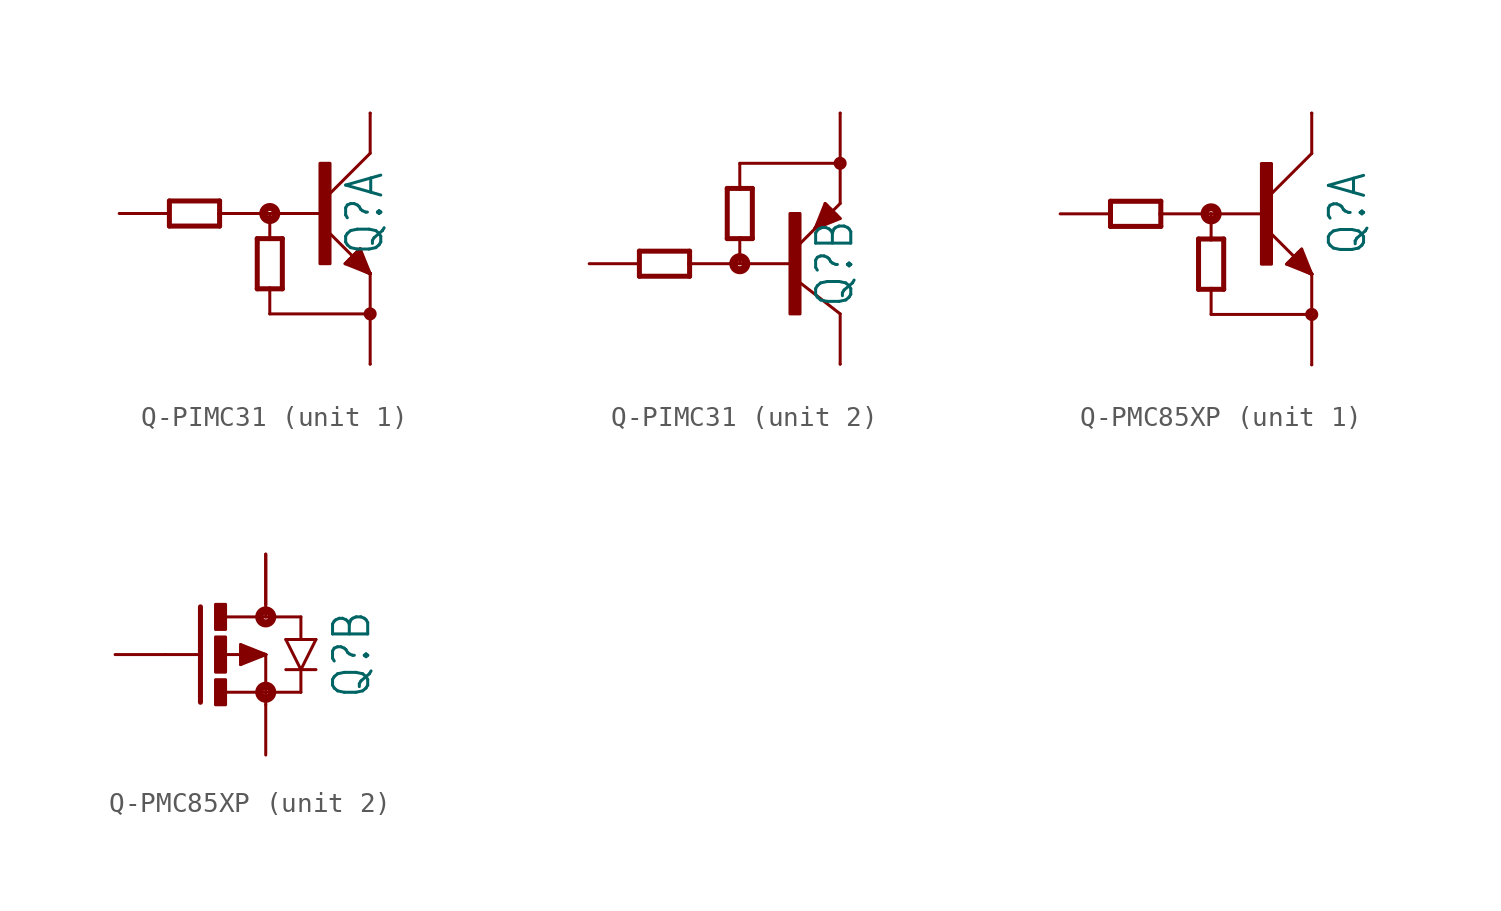
<source format=kicad_sym>
(kicad_symbol_lib
  (version 20231120)
  (generator "kicad_symbol_editor")
  (generator_version "8.0")
  (symbol "Q-PIMC31"
    (property "Reference" "Q"
      (at 5.842 0 90)
      (effects (font (size 1.778 1.511)) (justify bottom)))
    (property "Value" ""
      (at 8.382 0 90)
      (effects (font (size 1.778 1.511)) (justify bottom)))
    (property "ki_locked" ""
      (at 0 0 0)
      (effects (font (size 1.27 1.27))))
    (symbol "Q-PIMC31_1_0"
      (polyline (pts (xy -5.08 -0.635) (xy -2.54 -0.635)) (stroke (width 0.254) (type solid)) (fill (type none)))
      (polyline (pts (xy -5.08 0.635) (xy -5.08 -0.635)) (stroke (width 0.254) (type solid)) (fill (type none)))
      (polyline (pts (xy -2.54 -0.635) (xy -2.54 0)) (stroke (width 0.254) (type solid)) (fill (type none)))
      (polyline (pts (xy -2.54 0) (xy -2.54 0.635)) (stroke (width 0.254) (type solid)) (fill (type none)))
      (polyline (pts (xy -2.54 0.635) (xy -5.08 0.635)) (stroke (width 0.254) (type solid)) (fill (type none)))
      (polyline (pts (xy -0.635 -3.81) (xy 0 -3.81)) (stroke (width 0.254) (type solid)) (fill (type none)))
      (polyline (pts (xy -0.635 -1.27) (xy -0.635 -3.81)) (stroke (width 0.254) (type solid)) (fill (type none)))
      (polyline (pts (xy 0 -5.08) (xy 0 -3.81)) (stroke (width 0.152) (type solid)) (fill (type none)))
      (polyline (pts (xy 0 -3.81) (xy 0.635 -3.81)) (stroke (width 0.254) (type solid)) (fill (type none)))
      (polyline (pts (xy 0 -1.27) (xy -0.635 -1.27)) (stroke (width 0.254) (type solid)) (fill (type none)))
      (polyline (pts (xy 0 -1.27) (xy 0 0)) (stroke (width 0.152) (type solid)) (fill (type none)))
      (polyline (pts (xy 0 0) (xy -2.54 0)) (stroke (width 0.152) (type solid)) (fill (type none)))
      (polyline (pts (xy 0.635 -3.81) (xy 0.635 -1.27)) (stroke (width 0.254) (type solid)) (fill (type none)))
      (polyline (pts (xy 0.635 -1.27) (xy 0 -1.27)) (stroke (width 0.254) (type solid)) (fill (type none)))
      (polyline (pts (xy 2.54 0) (xy 0 0)) (stroke (width 0.152) (type solid)) (fill (type none)))
      (polyline (pts (xy 3.81 -2.54) (xy 5.08 -3.048)) (stroke (width 0.152) (type solid)) (fill (type none)))
      (polyline (pts (xy 3.873 -2.477) (xy 3.81 -2.54)) (stroke (width 0.152) (type solid)) (fill (type none)))
      (polyline (pts (xy 3.937 -2.413) (xy 3.873 -2.477)) (stroke (width 0.152) (type solid)) (fill (type none)))
      (polyline (pts (xy 4 -2.349) (xy 3.937 -2.413)) (stroke (width 0.152) (type solid)) (fill (type none)))
      (polyline (pts (xy 4.064 -2.286) (xy 4 -2.349)) (stroke (width 0.152) (type solid)) (fill (type none)))
      (polyline (pts (xy 4.128 -2.223) (xy 4.064 -2.286)) (stroke (width 0.152) (type solid)) (fill (type none)))
      (polyline (pts (xy 4.255 -2.095) (xy 4.128 -2.223)) (stroke (width 0.152) (type solid)) (fill (type none)))
      (polyline (pts (xy 4.318 -2.032) (xy 4.255 -2.095)) (stroke (width 0.152) (type solid)) (fill (type none)))
      (polyline (pts (xy 4.381 -1.968) (xy 4.318 -2.032)) (stroke (width 0.152) (type solid)) (fill (type none)))
      (polyline (pts (xy 4.445 -1.905) (xy 4.381 -1.968)) (stroke (width 0.152) (type solid)) (fill (type none)))
      (polyline (pts (xy 4.508 -1.841) (xy 4.445 -1.905)) (stroke (width 0.152) (type solid)) (fill (type none)))
      (polyline (pts (xy 4.572 -1.778) (xy 4.508 -1.841)) (stroke (width 0.152) (type solid)) (fill (type none)))
      (polyline (pts (xy 5.08 -5.08) (xy 0 -5.08)) (stroke (width 0.152) (type solid)) (fill (type none)))
      (polyline (pts (xy 5.08 -5.08) (xy 5.08 -7.62)) (stroke (width 0.152) (type solid)) (fill (type none)))
      (polyline (pts (xy 5.08 -3.048) (xy 2.794 -0.762)) (stroke (width 0.152) (type solid)) (fill (type none)))
      (polyline (pts (xy 5.08 -3.048) (xy 3.873 -2.477)) (stroke (width 0.152) (type solid)) (fill (type none)))
      (polyline (pts (xy 5.08 -3.048) (xy 3.937 -2.413)) (stroke (width 0.152) (type solid)) (fill (type none)))
      (polyline (pts (xy 5.08 -3.048) (xy 4 -2.349)) (stroke (width 0.152) (type solid)) (fill (type none)))
      (polyline (pts (xy 5.08 -3.048) (xy 4.064 -2.286)) (stroke (width 0.152) (type solid)) (fill (type none)))
      (polyline (pts (xy 5.08 -3.048) (xy 4.128 -2.223)) (stroke (width 0.152) (type solid)) (fill (type none)))
      (polyline (pts (xy 5.08 -3.048) (xy 4.255 -2.095)) (stroke (width 0.152) (type solid)) (fill (type none)))
      (polyline (pts (xy 5.08 -3.048) (xy 4.318 -2.032)) (stroke (width 0.152) (type solid)) (fill (type none)))
      (polyline (pts (xy 5.08 -3.048) (xy 4.381 -1.968)) (stroke (width 0.152) (type solid)) (fill (type none)))
      (polyline (pts (xy 5.08 -3.048) (xy 4.445 -1.905)) (stroke (width 0.152) (type solid)) (fill (type none)))
      (polyline (pts (xy 5.08 -3.048) (xy 4.508 -1.841)) (stroke (width 0.152) (type solid)) (fill (type none)))
      (polyline (pts (xy 5.08 -3.048) (xy 4.572 -1.778)) (stroke (width 0.152) (type solid)) (fill (type none)))
      (polyline (pts (xy 5.08 -3.048) (xy 5.08 -5.08)) (stroke (width 0.152) (type solid)) (fill (type none)))
      (polyline (pts (xy 5.08 3.048) (xy 2.794 0.762)) (stroke (width 0.152) (type solid)) (fill (type none)))
      (polyline (pts (xy 5.08 5.08) (xy 5.08 3.048)) (stroke (width 0.152) (type solid)) (fill (type none)))
      (circle (center 0 0) (radius 0.127) (stroke (width 0.406) (type solid)) (fill (type none)))
      (rectangle (start 2.54 -2.54) (end 3.048 2.54) (stroke (width 0) (type default)) (fill (type outline)))
      (circle (center 5.08 -5.08) (radius 0.203) (stroke (width 0.254) (type solid)) (fill (type none)))
      (pin passive line (at 5.08 -7.62 90) (length 0) (name "E" (effects (font (size 0 0)))) (number "1" (effects (font (size 0 0)))))
      (pin passive line (at -7.62 0 0) (length 2.54) (name "B" (effects (font (size 0 0)))) (number "2" (effects (font (size 0 0)))))
      (pin passive line (at 5.08 5.08 270) (length 0) (name "C" (effects (font (size 0 0)))) (number "6" (effects (font (size 0 0))))))
    (symbol "Q-PIMC31_2_0"
      (polyline (pts (xy -5.08 -0.635) (xy -5.08 0.635)) (stroke (width 0.254) (type solid)) (fill (type none)))
      (polyline (pts (xy -5.08 0.635) (xy -2.54 0.635)) (stroke (width 0.254) (type solid)) (fill (type none)))
      (polyline (pts (xy -2.54 -0.635) (xy -5.08 -0.635)) (stroke (width 0.254) (type solid)) (fill (type none)))
      (polyline (pts (xy -2.54 0) (xy -2.54 -0.635)) (stroke (width 0.254) (type solid)) (fill (type none)))
      (polyline (pts (xy -2.54 0.635) (xy -2.54 0)) (stroke (width 0.254) (type solid)) (fill (type none)))
      (polyline (pts (xy -0.635 1.27) (xy -0.635 3.81)) (stroke (width 0.254) (type solid)) (fill (type none)))
      (polyline (pts (xy -0.635 3.81) (xy 0 3.81)) (stroke (width 0.254) (type solid)) (fill (type none)))
      (polyline (pts (xy 0 0) (xy -2.54 0)) (stroke (width 0.152) (type solid)) (fill (type none)))
      (polyline (pts (xy 0 0) (xy 2.794 0)) (stroke (width 0.152) (type solid)) (fill (type none)))
      (polyline (pts (xy 0 1.27) (xy -0.635 1.27)) (stroke (width 0.254) (type solid)) (fill (type none)))
      (polyline (pts (xy 0 1.27) (xy 0 0)) (stroke (width 0.152) (type solid)) (fill (type none)))
      (polyline (pts (xy 0 3.81) (xy 0.635 3.81)) (stroke (width 0.254) (type solid)) (fill (type none)))
      (polyline (pts (xy 0 5.08) (xy 0 3.81)) (stroke (width 0.152) (type solid)) (fill (type none)))
      (polyline (pts (xy 0.635 1.27) (xy 0 1.27)) (stroke (width 0.254) (type solid)) (fill (type none)))
      (polyline (pts (xy 0.635 3.81) (xy 0.635 1.27)) (stroke (width 0.254) (type solid)) (fill (type none)))
      (polyline (pts (xy 3.81 1.778) (xy 2.794 0.762)) (stroke (width 0.152) (type solid)) (fill (type none)))
      (polyline (pts (xy 3.81 1.778) (xy 4.318 3.048)) (stroke (width 0.152) (type solid)) (fill (type none)))
      (polyline (pts (xy 3.81 1.778) (xy 4.381 2.985)) (stroke (width 0.152) (type solid)) (fill (type none)))
      (polyline (pts (xy 3.81 1.778) (xy 4.445 2.921)) (stroke (width 0.152) (type solid)) (fill (type none)))
      (polyline (pts (xy 3.81 1.778) (xy 4.508 2.857)) (stroke (width 0.152) (type solid)) (fill (type none)))
      (polyline (pts (xy 3.81 1.778) (xy 4.572 2.794)) (stroke (width 0.152) (type solid)) (fill (type none)))
      (polyline (pts (xy 3.81 1.778) (xy 4.636 2.731)) (stroke (width 0.152) (type solid)) (fill (type none)))
      (polyline (pts (xy 3.81 1.778) (xy 4.763 2.603)) (stroke (width 0.152) (type solid)) (fill (type none)))
      (polyline (pts (xy 3.81 1.778) (xy 4.826 2.54)) (stroke (width 0.152) (type solid)) (fill (type none)))
      (polyline (pts (xy 3.81 1.778) (xy 4.889 2.477)) (stroke (width 0.152) (type solid)) (fill (type none)))
      (polyline (pts (xy 3.81 1.778) (xy 4.953 2.413)) (stroke (width 0.152) (type solid)) (fill (type none)))
      (polyline (pts (xy 3.81 1.778) (xy 5.016 2.349)) (stroke (width 0.152) (type solid)) (fill (type none)))
      (polyline (pts (xy 4.318 3.048) (xy 4.381 2.985)) (stroke (width 0.152) (type solid)) (fill (type none)))
      (polyline (pts (xy 4.381 2.985) (xy 4.445 2.921)) (stroke (width 0.152) (type solid)) (fill (type none)))
      (polyline (pts (xy 4.445 2.921) (xy 4.508 2.857)) (stroke (width 0.152) (type solid)) (fill (type none)))
      (polyline (pts (xy 4.508 2.857) (xy 4.572 2.794)) (stroke (width 0.152) (type solid)) (fill (type none)))
      (polyline (pts (xy 4.572 2.794) (xy 4.636 2.731)) (stroke (width 0.152) (type solid)) (fill (type none)))
      (polyline (pts (xy 4.636 2.731) (xy 4.763 2.603)) (stroke (width 0.152) (type solid)) (fill (type none)))
      (polyline (pts (xy 4.763 2.603) (xy 4.826 2.54)) (stroke (width 0.152) (type solid)) (fill (type none)))
      (polyline (pts (xy 4.826 2.54) (xy 4.889 2.477)) (stroke (width 0.152) (type solid)) (fill (type none)))
      (polyline (pts (xy 4.889 2.477) (xy 4.953 2.413)) (stroke (width 0.152) (type solid)) (fill (type none)))
      (polyline (pts (xy 4.953 2.413) (xy 5.016 2.349)) (stroke (width 0.152) (type solid)) (fill (type none)))
      (polyline (pts (xy 5.016 2.349) (xy 5.08 2.286)) (stroke (width 0.152) (type solid)) (fill (type none)))
      (polyline (pts (xy 5.08 -2.54) (xy 2.794 -0.762)) (stroke (width 0.152) (type solid)) (fill (type none)))
      (polyline (pts (xy 5.08 -2.54) (xy 5.08 -5.08)) (stroke (width 0.152) (type solid)) (fill (type none)))
      (polyline (pts (xy 5.08 2.286) (xy 3.81 1.778)) (stroke (width 0.152) (type solid)) (fill (type none)))
      (polyline (pts (xy 5.08 3.048) (xy 3.81 1.778)) (stroke (width 0.152) (type solid)) (fill (type none)))
      (polyline (pts (xy 5.08 3.048) (xy 5.08 5.08)) (stroke (width 0.152) (type solid)) (fill (type none)))
      (polyline (pts (xy 5.08 5.08) (xy 0 5.08)) (stroke (width 0.152) (type solid)) (fill (type none)))
      (polyline (pts (xy 5.08 5.08) (xy 5.08 7.62)) (stroke (width 0.152) (type solid)) (fill (type none)))
      (circle (center 0 0) (radius 0.127) (stroke (width 0.406) (type solid)) (fill (type none)))
      (rectangle (start 2.54 -2.54) (end 3.048 2.54) (stroke (width 0) (type default)) (fill (type outline)))
      (circle (center 5.08 5.08) (radius 0.203) (stroke (width 0.254) (type solid)) (fill (type none)))
      (pin passive line (at 5.08 -5.08 90) (length 0) (name "C" (effects (font (size 0 0)))) (number "3" (effects (font (size 0 0)))))
      (pin passive line (at 5.08 7.62 270) (length 0) (name "E" (effects (font (size 0 0)))) (number "4" (effects (font (size 0 0)))))
      (pin passive line (at -7.62 0 0) (length 2.54) (name "B" (effects (font (size 0 0)))) (number "5" (effects (font (size 0 0)))))))
  (symbol "Q-PMC85XP"
    (property "Reference" "Q"
      (at 5.842 0 90)
      (effects (font (size 1.778 1.511)) (justify top)))
    (property "Value" ""
      (at 8.382 0 90)
      (effects (font (size 1.778 1.511)) (justify top)))
    (property "ki_locked" ""
      (at 0 0 0)
      (effects (font (size 1.27 1.27))))
    (symbol "Q-PMC85XP_1_0"
      (polyline (pts (xy -5.08 -0.635) (xy -2.54 -0.635)) (stroke (width 0.254) (type solid)) (fill (type none)))
      (polyline (pts (xy -5.08 0.635) (xy -5.08 -0.635)) (stroke (width 0.254) (type solid)) (fill (type none)))
      (polyline (pts (xy -2.54 -0.635) (xy -2.54 0)) (stroke (width 0.254) (type solid)) (fill (type none)))
      (polyline (pts (xy -2.54 0) (xy -2.54 0.635)) (stroke (width 0.254) (type solid)) (fill (type none)))
      (polyline (pts (xy -2.54 0.635) (xy -5.08 0.635)) (stroke (width 0.254) (type solid)) (fill (type none)))
      (polyline (pts (xy -0.635 -3.81) (xy 0 -3.81)) (stroke (width 0.254) (type solid)) (fill (type none)))
      (polyline (pts (xy -0.635 -1.27) (xy -0.635 -3.81)) (stroke (width 0.254) (type solid)) (fill (type none)))
      (polyline (pts (xy 0 -5.08) (xy 0 -3.81)) (stroke (width 0.152) (type solid)) (fill (type none)))
      (polyline (pts (xy 0 -3.81) (xy 0.635 -3.81)) (stroke (width 0.254) (type solid)) (fill (type none)))
      (polyline (pts (xy 0 -1.27) (xy -0.635 -1.27)) (stroke (width 0.254) (type solid)) (fill (type none)))
      (polyline (pts (xy 0 -1.27) (xy 0 0)) (stroke (width 0.152) (type solid)) (fill (type none)))
      (polyline (pts (xy 0 0) (xy -2.54 0)) (stroke (width 0.152) (type solid)) (fill (type none)))
      (polyline (pts (xy 0.635 -3.81) (xy 0.635 -1.27)) (stroke (width 0.254) (type solid)) (fill (type none)))
      (polyline (pts (xy 0.635 -1.27) (xy 0 -1.27)) (stroke (width 0.254) (type solid)) (fill (type none)))
      (polyline (pts (xy 2.54 0) (xy 0 0)) (stroke (width 0.152) (type solid)) (fill (type none)))
      (polyline (pts (xy 3.81 -2.54) (xy 5.08 -3.048)) (stroke (width 0.152) (type solid)) (fill (type none)))
      (polyline (pts (xy 3.873 -2.477) (xy 3.81 -2.54)) (stroke (width 0.152) (type solid)) (fill (type none)))
      (polyline (pts (xy 3.937 -2.413) (xy 3.873 -2.477)) (stroke (width 0.152) (type solid)) (fill (type none)))
      (polyline (pts (xy 4 -2.349) (xy 3.937 -2.413)) (stroke (width 0.152) (type solid)) (fill (type none)))
      (polyline (pts (xy 4.064 -2.286) (xy 4 -2.349)) (stroke (width 0.152) (type solid)) (fill (type none)))
      (polyline (pts (xy 4.128 -2.223) (xy 4.064 -2.286)) (stroke (width 0.152) (type solid)) (fill (type none)))
      (polyline (pts (xy 4.255 -2.095) (xy 4.128 -2.223)) (stroke (width 0.152) (type solid)) (fill (type none)))
      (polyline (pts (xy 4.318 -2.032) (xy 4.255 -2.095)) (stroke (width 0.152) (type solid)) (fill (type none)))
      (polyline (pts (xy 4.381 -1.968) (xy 4.318 -2.032)) (stroke (width 0.152) (type solid)) (fill (type none)))
      (polyline (pts (xy 4.445 -1.905) (xy 4.381 -1.968)) (stroke (width 0.152) (type solid)) (fill (type none)))
      (polyline (pts (xy 4.508 -1.841) (xy 4.445 -1.905)) (stroke (width 0.152) (type solid)) (fill (type none)))
      (polyline (pts (xy 4.572 -1.778) (xy 4.508 -1.841)) (stroke (width 0.152) (type solid)) (fill (type none)))
      (polyline (pts (xy 5.08 -5.08) (xy 0 -5.08)) (stroke (width 0.152) (type solid)) (fill (type none)))
      (polyline (pts (xy 5.08 -5.08) (xy 5.08 -7.62)) (stroke (width 0.152) (type solid)) (fill (type none)))
      (polyline (pts (xy 5.08 -3.048) (xy 2.794 -0.762)) (stroke (width 0.152) (type solid)) (fill (type none)))
      (polyline (pts (xy 5.08 -3.048) (xy 3.873 -2.477)) (stroke (width 0.152) (type solid)) (fill (type none)))
      (polyline (pts (xy 5.08 -3.048) (xy 3.937 -2.413)) (stroke (width 0.152) (type solid)) (fill (type none)))
      (polyline (pts (xy 5.08 -3.048) (xy 4 -2.349)) (stroke (width 0.152) (type solid)) (fill (type none)))
      (polyline (pts (xy 5.08 -3.048) (xy 4.064 -2.286)) (stroke (width 0.152) (type solid)) (fill (type none)))
      (polyline (pts (xy 5.08 -3.048) (xy 4.128 -2.223)) (stroke (width 0.152) (type solid)) (fill (type none)))
      (polyline (pts (xy 5.08 -3.048) (xy 4.255 -2.095)) (stroke (width 0.152) (type solid)) (fill (type none)))
      (polyline (pts (xy 5.08 -3.048) (xy 4.318 -2.032)) (stroke (width 0.152) (type solid)) (fill (type none)))
      (polyline (pts (xy 5.08 -3.048) (xy 4.381 -1.968)) (stroke (width 0.152) (type solid)) (fill (type none)))
      (polyline (pts (xy 5.08 -3.048) (xy 4.445 -1.905)) (stroke (width 0.152) (type solid)) (fill (type none)))
      (polyline (pts (xy 5.08 -3.048) (xy 4.508 -1.841)) (stroke (width 0.152) (type solid)) (fill (type none)))
      (polyline (pts (xy 5.08 -3.048) (xy 4.572 -1.778)) (stroke (width 0.152) (type solid)) (fill (type none)))
      (polyline (pts (xy 5.08 -3.048) (xy 5.08 -5.08)) (stroke (width 0.152) (type solid)) (fill (type none)))
      (polyline (pts (xy 5.08 3.048) (xy 2.794 0.762)) (stroke (width 0.152) (type solid)) (fill (type none)))
      (polyline (pts (xy 5.08 5.08) (xy 5.08 3.048)) (stroke (width 0.152) (type solid)) (fill (type none)))
      (circle (center 0 0) (radius 0.127) (stroke (width 0.406) (type solid)) (fill (type none)))
      (rectangle (start 2.54 -2.54) (end 3.048 2.54) (stroke (width 0) (type default)) (fill (type outline)))
      (circle (center 5.08 -5.08) (radius 0.203) (stroke (width 0.254) (type solid)) (fill (type none)))
      (pin passive line (at 5.08 -7.62 90) (length 0) (name "E" (effects (font (size 0 0)))) (number "1" (effects (font (size 0 0)))))
      (pin passive line (at -7.62 0 0) (length 2.54) (name "B" (effects (font (size 0 0)))) (number "2" (effects (font (size 0 0)))))
      (pin passive line (at 5.08 5.08 270) (length 0) (name "C" (effects (font (size 0 0)))) (number "6" (effects (font (size 0 0)))))
      (pin passive line (at 5.08 5.08 270) (length 0) (name "C" (effects (font (size 0 0)))) (number "7" (effects (font (size 0 0))))))
    (symbol "Q-PMC85XP_2_0"
      (rectangle (start 0 -2.54) (end 0.508 -1.27) (stroke (width 0) (type default)) (fill (type outline)))
      (rectangle (start 0 -0.889) (end 0.508 0.889) (stroke (width 0) (type default)) (fill (type outline)))
      (polyline (pts (xy -0.762 0) (xy -2.54 0)) (stroke (width 0.152) (type solid)) (fill (type none)))
      (polyline (pts (xy -0.762 0) (xy -0.762 -2.413)) (stroke (width 0.254) (type solid)) (fill (type none)))
      (polyline (pts (xy -0.762 2.413) (xy -0.762 0)) (stroke (width 0.254) (type solid)) (fill (type none)))
      (polyline (pts (xy 0.508 -1.905) (xy 2.54 -1.905)) (stroke (width 0.152) (type solid)) (fill (type none)))
      (polyline (pts (xy 1.27 -0.508) (xy 2.54 0)) (stroke (width 0.152) (type solid)) (fill (type none)))
      (polyline (pts (xy 1.27 -0.381) (xy 1.27 -0.508)) (stroke (width 0.152) (type solid)) (fill (type none)))
      (polyline (pts (xy 1.27 -0.254) (xy 1.27 -0.381)) (stroke (width 0.152) (type solid)) (fill (type none)))
      (polyline (pts (xy 1.27 -0.127) (xy 1.27 -0.254)) (stroke (width 0.152) (type solid)) (fill (type none)))
      (polyline (pts (xy 1.27 0.127) (xy 1.27 -0.127)) (stroke (width 0.152) (type solid)) (fill (type none)))
      (polyline (pts (xy 1.27 0.254) (xy 1.27 0.127)) (stroke (width 0.152) (type solid)) (fill (type none)))
      (polyline (pts (xy 1.27 0.381) (xy 1.27 0.254)) (stroke (width 0.152) (type solid)) (fill (type none)))
      (polyline (pts (xy 1.27 0.508) (xy 1.27 0.381)) (stroke (width 0.152) (type solid)) (fill (type none)))
      (polyline (pts (xy 1.27 0.508) (xy 2.54 0)) (stroke (width 0.152) (type solid)) (fill (type none)))
      (polyline (pts (xy 2.54 -1.905) (xy 2.54 -2.54)) (stroke (width 0.152) (type solid)) (fill (type none)))
      (polyline (pts (xy 2.54 0) (xy 0.508 0)) (stroke (width 0.152) (type solid)) (fill (type none)))
      (polyline (pts (xy 2.54 0) (xy 1.27 -0.381)) (stroke (width 0.152) (type solid)) (fill (type none)))
      (polyline (pts (xy 2.54 0) (xy 1.27 -0.254)) (stroke (width 0.152) (type solid)) (fill (type none)))
      (polyline (pts (xy 2.54 0) (xy 1.27 -0.127)) (stroke (width 0.152) (type solid)) (fill (type none)))
      (polyline (pts (xy 2.54 0) (xy 1.27 0.127)) (stroke (width 0.152) (type solid)) (fill (type none)))
      (polyline (pts (xy 2.54 0) (xy 1.27 0.254)) (stroke (width 0.152) (type solid)) (fill (type none)))
      (polyline (pts (xy 2.54 0) (xy 1.27 0.381)) (stroke (width 0.152) (type solid)) (fill (type none)))
      (polyline (pts (xy 2.54 0) (xy 2.54 -1.905)) (stroke (width 0.152) (type solid)) (fill (type none)))
      (polyline (pts (xy 2.54 1.905) (xy 0.533 1.905)) (stroke (width 0.152) (type solid)) (fill (type none)))
      (polyline (pts (xy 2.54 2.54) (xy 2.54 1.905)) (stroke (width 0.152) (type solid)) (fill (type none)))
      (polyline (pts (xy 3.556 0.762) (xy 4.318 -0.762)) (stroke (width 0.152) (type solid)) (fill (type none)))
      (polyline (pts (xy 4.318 -1.905) (xy 2.54 -1.905)) (stroke (width 0.152) (type solid)) (fill (type none)))
      (polyline (pts (xy 4.318 -1.905) (xy 4.318 -0.762)) (stroke (width 0.152) (type solid)) (fill (type none)))
      (polyline (pts (xy 4.318 -0.762) (xy 3.556 -0.762)) (stroke (width 0.152) (type solid)) (fill (type none)))
      (polyline (pts (xy 4.318 -0.762) (xy 5.08 0.762)) (stroke (width 0.152) (type solid)) (fill (type none)))
      (polyline (pts (xy 4.318 0.762) (xy 3.556 0.762)) (stroke (width 0.152) (type solid)) (fill (type none)))
      (polyline (pts (xy 4.318 1.905) (xy 2.54 1.905)) (stroke (width 0.152) (type solid)) (fill (type none)))
      (polyline (pts (xy 4.318 1.905) (xy 4.318 0.762)) (stroke (width 0.152) (type solid)) (fill (type none)))
      (polyline (pts (xy 5.08 -0.762) (xy 4.318 -0.762)) (stroke (width 0.152) (type solid)) (fill (type none)))
      (polyline (pts (xy 5.08 0.762) (xy 4.318 0.762)) (stroke (width 0.152) (type solid)) (fill (type none)))
      (rectangle (start 0 1.27) (end 0.508 2.54) (stroke (width 0) (type default)) (fill (type outline)))
      (circle (center 2.54 -1.905) (radius 0.127) (stroke (width 0.406) (type solid)) (fill (type none)))
      (circle (center 2.54 1.905) (radius 0.127) (stroke (width 0.406) (type solid)) (fill (type none)))
      (pin passive line (at 2.54 5.08 270) (length 2.54) (name "D" (effects (font (size 0 0)))) (number "3" (effects (font (size 0 0)))))
      (pin passive line (at 2.54 -5.08 90) (length 2.54) (name "S" (effects (font (size 0 0)))) (number "4" (effects (font (size 0 0)))))
      (pin passive line (at -5.08 0 0) (length 2.54) (name "G" (effects (font (size 0 0)))) (number "5" (effects (font (size 0 0)))))
      (pin passive line (at 2.54 5.08 270) (length 2.54) (name "D" (effects (font (size 0 0)))) (number "8" (effects (font (size 0 0))))))))
</source>
